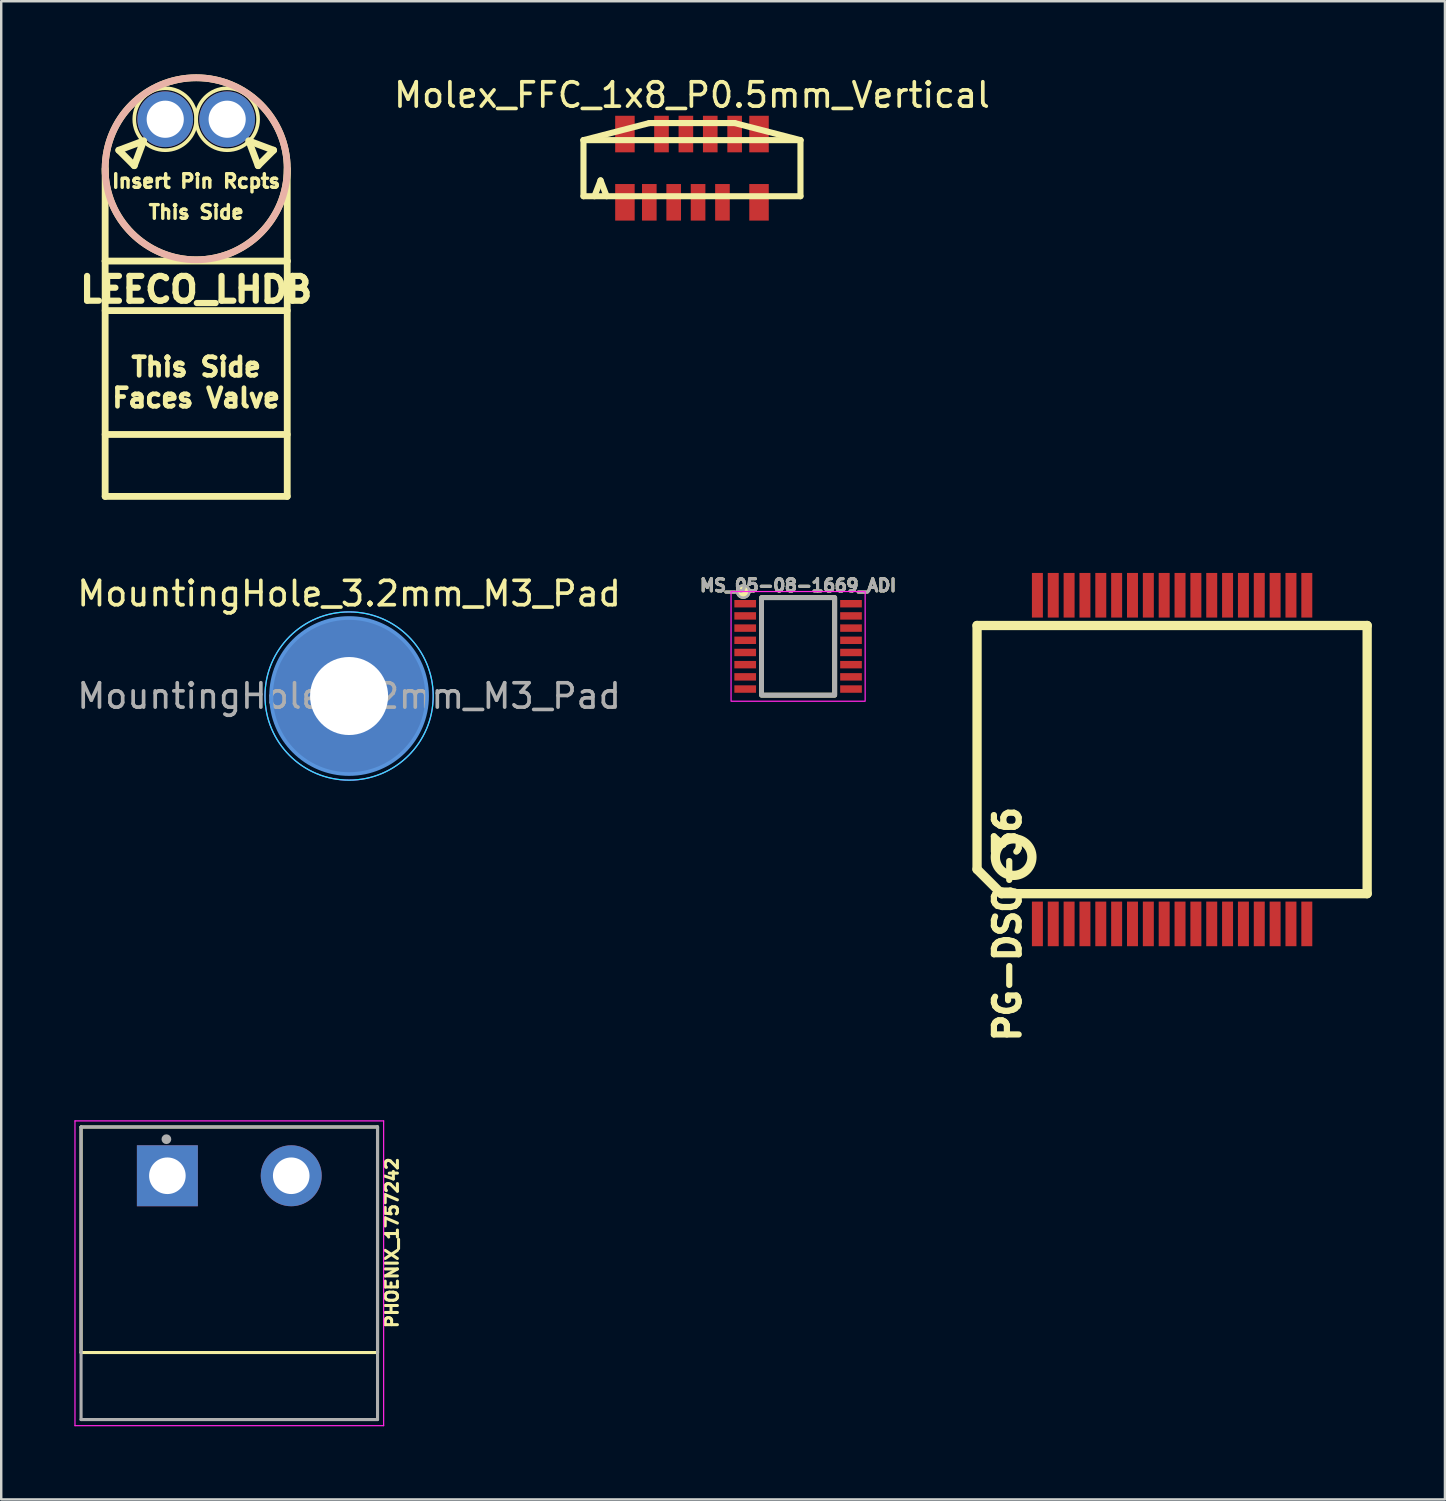
<source format=kicad_pcb>
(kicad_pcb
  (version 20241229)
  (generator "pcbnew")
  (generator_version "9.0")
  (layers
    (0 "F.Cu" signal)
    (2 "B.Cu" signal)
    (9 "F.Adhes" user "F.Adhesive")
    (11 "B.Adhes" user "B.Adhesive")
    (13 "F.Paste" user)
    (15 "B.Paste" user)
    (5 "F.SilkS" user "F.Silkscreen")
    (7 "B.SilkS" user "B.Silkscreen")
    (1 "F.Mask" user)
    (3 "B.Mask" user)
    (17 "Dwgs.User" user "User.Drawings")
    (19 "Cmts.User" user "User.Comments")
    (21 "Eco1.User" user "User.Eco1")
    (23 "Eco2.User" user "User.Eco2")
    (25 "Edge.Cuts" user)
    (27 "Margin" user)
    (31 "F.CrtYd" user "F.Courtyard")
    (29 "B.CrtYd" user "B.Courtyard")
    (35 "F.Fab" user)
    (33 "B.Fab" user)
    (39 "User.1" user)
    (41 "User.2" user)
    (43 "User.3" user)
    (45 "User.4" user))
  (footprint "MountingHole_3.2mm_M3_Pad"
    (layer "F.Cu")
    (at 11.268 25.498)
    (property "Reference" "MountingHole_3.2mm_M3_Pad" (at 0 -4.2 0) (layer "F.SilkS") (effects (font (size 1 1) (thickness 0.15))))
    (attr exclude_from_pos_files exclude_from_bom)
    (fp_circle (center 0 0) (end 3.2 0) (stroke (width 0.15) (type solid)) (fill no) (layer "Cmts.User"))
    (fp_circle (center 0 0) (end 3.45 0) (stroke (width 0.05) (type solid)) (fill no) (layer "B.CrtYd"))
    (fp_circle (center 0 0) (end 3.45 0) (stroke (width 0.05) (type solid)) (fill no) (layer "F.CrtYd"))
    (fp_text user "${REFERENCE}" (at 0 0 0) (layer "F.Fab") (effects (font (size 1 1) (thickness 0.15))))
    (pad "1" thru_hole circle (at 0 0) (size 6.4 6.4) (drill 3.2) (layers "*.Cu" "*.Mask")))
  (footprint "MS_05-08-1669_ADI"
    (layer "F.Cu")
    (at 29.685 23.462)
    (property "Reference" "MS_05-08-1669_ADI" (at 0 -2.5 0) (layer "F.SilkS") (effects (font (size 0.5 0.5) (thickness 0.125) (bold yes))))
    (attr smd)
    (fp_rect (start -1.5 -2) (end 1.5 2) (stroke (width 0.2) (type default)) (fill no) (layer "F.SilkS"))
    (fp_circle (center -2.25 -2.25) (end -2 -2.25) (stroke (width 0.1) (type solid)) (fill yes) (layer "F.SilkS"))
    (fp_rect (start -2.75 -2.25) (end 2.75 2.25) (stroke (width 0.05) (type default)) (fill no) (layer "F.CrtYd"))
    (fp_rect (start -1.5 -2) (end 1.5 2) (stroke (width 0.2) (type default)) (fill no) (layer "F.Fab"))
    (fp_circle (center -2.25 -2.25) (end -2 -2.25) (stroke (width 0.1) (type solid)) (fill no) (layer "F.Fab"))
    (fp_text user "${REFERENCE}" (at 0 -2.5 0) (layer "F.Fab") (effects (font (size 0.5 0.5) (thickness 0.125) (bold yes))))
    (pad "1" smd rect (at -2.17 -1.75) (size 0.889 0.305) (layers "F.Cu" "F.Mask" "F.Paste"))
    (pad "2" smd rect (at -2.17 -1.25) (size 0.889 0.305) (layers "F.Cu" "F.Mask" "F.Paste"))
    (pad "3" smd rect (at -2.17 -0.75) (size 0.889 0.305) (layers "F.Cu" "F.Mask" "F.Paste"))
    (pad "4" smd rect (at -2.17 -0.25) (size 0.889 0.305) (layers "F.Cu" "F.Mask" "F.Paste"))
    (pad "5" smd rect (at -2.17 0.25) (size 0.889 0.305) (layers "F.Cu" "F.Mask" "F.Paste"))
    (pad "6" smd rect (at -2.17 0.75) (size 0.889 0.305) (layers "F.Cu" "F.Mask" "F.Paste"))
    (pad "7" smd rect (at -2.17 1.25) (size 0.889 0.305) (layers "F.Cu" "F.Mask" "F.Paste"))
    (pad "8" smd rect (at -2.17 1.75) (size 0.889 0.305) (layers "F.Cu" "F.Mask" "F.Paste"))
    (pad "9" smd rect (at 2.17 1.75) (size 0.889 0.305) (layers "F.Cu" "F.Mask" "F.Paste"))
    (pad "10" smd rect (at 2.17 1.25) (size 0.889 0.305) (layers "F.Cu" "F.Mask" "F.Paste"))
    (pad "11" smd rect (at 2.17 0.75) (size 0.889 0.305) (layers "F.Cu" "F.Mask" "F.Paste"))
    (pad "12" smd rect (at 2.17 0.25) (size 0.889 0.305) (layers "F.Cu" "F.Mask" "F.Paste"))
    (pad "13" smd rect (at 2.17 -0.25) (size 0.889 0.305) (layers "F.Cu" "F.Mask" "F.Paste"))
    (pad "14" smd rect (at 2.17 -0.75) (size 0.889 0.305) (layers "F.Cu" "F.Mask" "F.Paste"))
    (pad "15" smd rect (at 2.17 -1.25) (size 0.889 0.305) (layers "F.Cu" "F.Mask" "F.Paste"))
    (pad "16" smd rect (at 2.17 -1.75) (size 0.889 0.305) (layers "F.Cu" "F.Mask" "F.Paste")))
  (footprint "PG-DSO-36"
    (layer "F.Cu")
    (at 45.025 28.105)
    (property "Reference" "PG-DSO-36" (at -6.75 6.75 90) (layer "F.SilkS") (effects (font (size 1.016 1.016) (thickness 0.254))))
    (attr through_hole)
    (fp_line (start -8 -5.5) (end -8 4.5) (stroke (width 0.381) (type solid)) (layer "F.SilkS"))
    (fp_line (start -8 4.5) (end -7 5.5) (stroke (width 0.381) (type solid)) (layer "F.SilkS"))
    (fp_line (start -7 5.5) (end 8 5.5) (stroke (width 0.381) (type solid)) (layer "F.SilkS"))
    (fp_line (start 8 -5.5) (end -8 -5.5) (stroke (width 0.381) (type solid)) (layer "F.SilkS"))
    (fp_line (start 8 5.5) (end 8 -5.5) (stroke (width 0.381) (type solid)) (layer "F.SilkS"))
    (fp_circle (center -6.5 4) (end -6.5 3.25) (stroke (width 0.381) (type solid)) (fill no) (layer "F.SilkS"))
    (pad "1" smd rect (at -5.525 6.74) (size 0.45 1.83) (layers "F.Cu" "F.Mask" "F.Paste"))
    (pad "2" smd rect (at -4.875 6.74) (size 0.45 1.83) (layers "F.Cu" "F.Mask" "F.Paste"))
    (pad "3" smd rect (at -4.225 6.74) (size 0.45 1.83) (layers "F.Cu" "F.Mask" "F.Paste"))
    (pad "4" smd rect (at -3.575 6.74) (size 0.45 1.83) (layers "F.Cu" "F.Mask" "F.Paste"))
    (pad "5" smd rect (at -2.925 6.74) (size 0.45 1.83) (layers "F.Cu" "F.Mask" "F.Paste"))
    (pad "6" smd rect (at -2.275 6.74) (size 0.45 1.83) (layers "F.Cu" "F.Mask" "F.Paste"))
    (pad "7" smd rect (at -1.625 6.74) (size 0.45 1.83) (layers "F.Cu" "F.Mask" "F.Paste"))
    (pad "8" smd rect (at -0.975 6.74) (size 0.45 1.83) (layers "F.Cu" "F.Mask" "F.Paste"))
    (pad "9" smd rect (at -0.325 6.74) (size 0.45 1.83) (layers "F.Cu" "F.Mask" "F.Paste"))
    (pad "10" smd rect (at 0.325 6.74) (size 0.45 1.83) (layers "F.Cu" "F.Mask" "F.Paste"))
    (pad "11" smd rect (at 0.975 6.74) (size 0.45 1.83) (layers "F.Cu" "F.Mask" "F.Paste"))
    (pad "12" smd rect (at 1.625 6.74) (size 0.45 1.83) (layers "F.Cu" "F.Mask" "F.Paste"))
    (pad "13" smd rect (at 2.275 6.74) (size 0.45 1.83) (layers "F.Cu" "F.Mask" "F.Paste"))
    (pad "14" smd rect (at 2.925 6.74) (size 0.45 1.83) (layers "F.Cu" "F.Mask" "F.Paste"))
    (pad "15" smd rect (at 3.575 6.74) (size 0.45 1.83) (layers "F.Cu" "F.Mask" "F.Paste"))
    (pad "16" smd rect (at 4.225 6.74) (size 0.45 1.83) (layers "F.Cu" "F.Mask" "F.Paste"))
    (pad "17" smd rect (at 4.875 6.74) (size 0.45 1.83) (layers "F.Cu" "F.Mask" "F.Paste"))
    (pad "18" smd rect (at 5.525 6.74) (size 0.45 1.83) (layers "F.Cu" "F.Mask" "F.Paste"))
    (pad "19" smd rect (at 5.525 -6.74) (size 0.45 1.83) (layers "F.Cu" "F.Mask" "F.Paste"))
    (pad "20" smd rect (at 4.875 -6.74) (size 0.45 1.83) (layers "F.Cu" "F.Mask" "F.Paste"))
    (pad "21" smd rect (at 4.225 -6.74) (size 0.45 1.83) (layers "F.Cu" "F.Mask" "F.Paste"))
    (pad "22" smd rect (at 3.575 -6.74) (size 0.45 1.83) (layers "F.Cu" "F.Mask" "F.Paste"))
    (pad "23" smd rect (at 2.925 -6.74) (size 0.45 1.83) (layers "F.Cu" "F.Mask" "F.Paste"))
    (pad "24" smd rect (at 2.275 -6.74) (size 0.45 1.83) (layers "F.Cu" "F.Mask" "F.Paste"))
    (pad "25" smd rect (at 1.625 -6.74) (size 0.45 1.83) (layers "F.Cu" "F.Mask" "F.Paste"))
    (pad "26" smd rect (at 0.975 -6.74) (size 0.45 1.83) (layers "F.Cu" "F.Mask" "F.Paste"))
    (pad "27" smd rect (at 0.325 -6.74) (size 0.45 1.83) (layers "F.Cu" "F.Mask" "F.Paste"))
    (pad "28" smd rect (at -0.325 -6.74) (size 0.45 1.83) (layers "F.Cu" "F.Mask" "F.Paste"))
    (pad "29" smd rect (at -0.975 -6.74) (size 0.45 1.83) (layers "F.Cu" "F.Mask" "F.Paste"))
    (pad "30" smd rect (at -1.625 -6.74) (size 0.45 1.83) (layers "F.Cu" "F.Mask" "F.Paste"))
    (pad "31" smd rect (at -2.275 -6.74) (size 0.45 1.83) (layers "F.Cu" "F.Mask" "F.Paste"))
    (pad "32" smd rect (at -2.925 -6.74) (size 0.45 1.83) (layers "F.Cu" "F.Mask" "F.Paste"))
    (pad "33" smd rect (at -3.575 -6.74) (size 0.45 1.83) (layers "F.Cu" "F.Mask" "F.Paste"))
    (pad "34" smd rect (at -4.225 -6.74) (size 0.45 1.83) (layers "F.Cu" "F.Mask" "F.Paste"))
    (pad "35" smd rect (at -4.875 -6.74) (size 0.45 1.83) (layers "F.Cu" "F.Mask" "F.Paste"))
    (pad "36" smd rect (at -5.525 -6.74) (size 0.45 1.83) (layers "F.Cu" "F.Mask" "F.Paste")))
  (footprint "PHOENIX_1757242"
    (layer "F.Cu")
    (at 0.275 55.175)
    (property "Reference" "PHOENIX_1757242" (at 12.75 -7.25 90) (layer "F.SilkS") (effects (font (size 0.5 0.5) (thickness 0.125) (bold yes))))
    (attr through_hole)
    (fp_line (start 0 -2.75) (end 0 -12) (stroke (width 0.127) (type solid)) (layer "F.SilkS"))
    (fp_line (start 12.16 -12) (end 0 -12) (stroke (width 0.127) (type solid)) (layer "F.SilkS"))
    (fp_line (start 12.16 -12) (end 12.16 -2.75) (stroke (width 0.127) (type solid)) (layer "F.SilkS"))
    (fp_line (start 12.16 -2.75) (end 0 -2.75) (stroke (width 0.127) (type solid)) (layer "F.SilkS"))
    (fp_line (start -0.25 -12.25) (end 12.41 -12.25) (stroke (width 0.05) (type solid)) (layer "F.CrtYd"))
    (fp_line (start -0.25 0.25) (end -0.25 -12.25) (stroke (width 0.05) (type solid)) (layer "F.CrtYd"))
    (fp_line (start 12.41 -12.25) (end 12.41 0.25) (stroke (width 0.05) (type solid)) (layer "F.CrtYd"))
    (fp_line (start 12.41 0.25) (end -0.25 0.25) (stroke (width 0.05) (type solid)) (layer "F.CrtYd"))
    (fp_line (start 0 -12) (end 12.16 -12) (stroke (width 0.127) (type solid)) (layer "F.Fab"))
    (fp_line (start 0 0) (end 0 -12) (stroke (width 0.127) (type solid)) (layer "F.Fab"))
    (fp_line (start 12.16 -12) (end 12.16 0) (stroke (width 0.127) (type solid)) (layer "F.Fab"))
    (fp_line (start 12.16 0) (end 0 0) (stroke (width 0.127) (type solid)) (layer "F.Fab"))
    (fp_circle (center 3.5 -11.5) (end 3.6 -11.5) (stroke (width 0.2) (type solid)) (fill no) (layer "F.Fab"))
    (pad "1" thru_hole rect (at 3.54 -10) (size 2.5 2.5) (drill 1.5) (layers "*.Cu" "*.Mask"))
    (pad "2" thru_hole circle (at 8.62 -10) (size 2.5 2.5) (drill 1.5) (layers "*.Cu" "*.Mask")))
  (footprint "Molex_FFC_1x8_P0.5mm_Vertical"
    (layer "F.Cu")
    (at 25.332 3.848)
    (property "Reference" "Molex_FFC_1x8_P0.5mm_Vertical" (at 0 -3 0) (layer "F.SilkS") (effects (font (size 1 1) (thickness 0.15))))
    (attr smd)
    (fp_line (start -4.45 -1.15) (end -4.45 1.15) (stroke (width 0.25) (type solid)) (layer "F.SilkS"))
    (fp_line (start -4.45 -1.15) (end -1.75 -1.85) (stroke (width 0.25) (type solid)) (layer "F.SilkS"))
    (fp_line (start -4.45 -1.15) (end 4.45 -1.15) (stroke (width 0.25) (type solid)) (layer "F.SilkS"))
    (fp_line (start -4.45 1.15) (end 4.45 1.15) (stroke (width 0.25) (type solid)) (layer "F.SilkS"))
    (fp_line (start -3.75 0.5) (end -4 1.15) (stroke (width 0.25) (type solid)) (layer "F.SilkS"))
    (fp_line (start -3.75 0.5) (end -3.5 1.15) (stroke (width 0.25) (type solid)) (layer "F.SilkS"))
    (fp_line (start -1.75 -1.85) (end 1.75 -1.85) (stroke (width 0.25) (type solid)) (layer "F.SilkS"))
    (fp_line (start 1.75 -1.85) (end 4.45 -1.15) (stroke (width 0.25) (type solid)) (layer "F.SilkS"))
    (fp_line (start 4.45 -1.15) (end 4.45 1.15) (stroke (width 0.25) (type solid)) (layer "F.SilkS"))
    (pad "" smd rect (at -2.75 -1.4) (size 0.8 1.5) (layers "F.Cu" "F.Mask" "F.Paste"))
    (pad "" smd rect (at -2.75 1.4) (size 0.8 1.5) (layers "F.Cu" "F.Mask" "F.Paste"))
    (pad "" smd rect (at 2.75 -1.4) (size 0.8 1.5) (layers "F.Cu" "F.Mask" "F.Paste"))
    (pad "" smd rect (at 2.75 1.4) (size 0.8 1.5) (layers "F.Cu" "F.Mask" "F.Paste"))
    (pad "1" smd rect (at -1.75 1.4) (size 0.6 1.5) (layers "F.Cu" "F.Mask" "F.Paste"))
    (pad "2" smd rect (at -1.25 -1.4) (size 0.6 1.5) (layers "F.Cu" "F.Mask" "F.Paste"))
    (pad "3" smd rect (at -0.75 1.4) (size 0.6 1.5) (layers "F.Cu" "F.Mask" "F.Paste"))
    (pad "4" smd rect (at -0.25 -1.4) (size 0.6 1.5) (layers "F.Cu" "F.Mask" "F.Paste"))
    (pad "5" smd rect (at 0.25 1.4) (size 0.6 1.5) (layers "F.Cu" "F.Mask" "F.Paste"))
    (pad "6" smd rect (at 0.75 -1.4) (size 0.6 1.5) (layers "F.Cu" "F.Mask" "F.Paste"))
    (pad "7" smd rect (at 1.25 1.4) (size 0.6 1.5) (layers "F.Cu" "F.Mask" "F.Paste"))
    (pad "8" smd rect (at 1.75 -1.4) (size 0.6 1.5) (layers "F.Cu" "F.Mask" "F.Paste")))
  (footprint "LEECO_LHDB"
    (layer "F.Cu")
    (at 4.997 1.841)
    (property "Reference" "LEECO_LHDB" (at 0 6.985 0) (layer "F.SilkS") (effects (font (size 1.016 1.016) (thickness 0.254))))
    (property "Value" "${VALUE}" (at 0 -2.54 0) (layer "F.SilkS") (hide yes) (effects (font (size 1.016 1.016) (thickness 0.254))))
    (attr through_hole)
    (fp_line (start -3.734 2.032) (end -3.734 5.817) (stroke (width 0.279) (type solid)) (layer "F.SilkS"))
    (fp_line (start -3.734 5.817) (end 3.734 5.817) (stroke (width 0.279) (type solid)) (layer "F.SilkS"))
    (fp_line (start -3.734 7.849) (end 3.734 7.849) (stroke (width 0.279) (type solid)) (layer "F.SilkS"))
    (fp_line (start -3.734 12.929) (end 3.734 12.929) (stroke (width 0.279) (type solid)) (layer "F.SilkS"))
    (fp_line (start -3.734 15.469) (end -3.734 5.817) (stroke (width 0.279) (type solid)) (layer "F.SilkS"))
    (fp_line (start -3.734 15.469) (end 3.734 15.469) (stroke (width 0.279) (type solid)) (layer "F.SilkS"))
    (fp_line (start -3.175 1.27) (end -2.54 1.905) (stroke (width 0.279) (type solid)) (layer "F.SilkS"))
    (fp_line (start -2.54 1.905) (end -2.159 0.889) (stroke (width 0.279) (type solid)) (layer "F.SilkS"))
    (fp_line (start -2.159 0.889) (end -3.175 1.27) (stroke (width 0.279) (type solid)) (layer "F.SilkS"))
    (fp_line (start 2.159 0.889) (end 3.175 1.27) (stroke (width 0.279) (type solid)) (layer "F.SilkS"))
    (fp_line (start 2.54 1.905) (end 2.159 0.889) (stroke (width 0.279) (type solid)) (layer "F.SilkS"))
    (fp_line (start 3.175 1.27) (end 2.54 1.905) (stroke (width 0.279) (type solid)) (layer "F.SilkS"))
    (fp_line (start 3.734 5.817) (end 3.734 2.032) (stroke (width 0.279) (type solid)) (layer "F.SilkS"))
    (fp_line (start 3.734 15.469) (end 3.734 5.817) (stroke (width 0.279) (type solid)) (layer "F.SilkS"))
    (fp_circle (center -1.27 0) (end -1.27 -1.27) (stroke (width 0.15) (type solid)) (fill no) (layer "F.SilkS"))
    (fp_circle (center 0 2.032) (end 3.734 2.032) (stroke (width 0.279) (type solid)) (fill no) (layer "F.SilkS"))
    (fp_circle (center 1.27 0) (end 1.27 -1.27) (stroke (width 0.15) (type solid)) (fill no) (layer "F.SilkS"))
    (fp_circle (center 0 2.032) (end 3.734 2.032) (stroke (width 0.279) (type solid)) (fill no) (layer "B.SilkS"))
    (fp_text user "Faces Valve" (at 0 11.43 0) (layer "F.SilkS") (effects (font (size 0.762 0.762) (thickness 0.191))))
    (fp_text user "This Side" (at 0 10.16 0) (layer "F.SilkS") (effects (font (size 0.762 0.762) (thickness 0.191))))
    (fp_text user "This Side" (at 0 3.81 0) (layer "F.SilkS") (effects (font (size 0.559 0.559) (thickness 0.14))))
    (fp_text user "Insert Pin Rcpts" (at 0 2.54 0) (layer "F.SilkS") (effects (font (size 0.559 0.559) (thickness 0.14))))
    (pad "1" thru_hole circle (at -1.27 0) (size 2.286 2.286) (drill 1.524) (layers "*.Cu" "*.Mask"))
    (pad "2" thru_hole circle (at 1.27 0) (size 2.286 2.286) (drill 1.524) (layers "*.Cu" "*.Mask")))
  (gr_rect
    (start -3 -3)
    (end 56.216 58.45)
    (stroke (width 0.1) (type default))
    (fill no)
    (layer "Edge.Cuts")))
</source>
